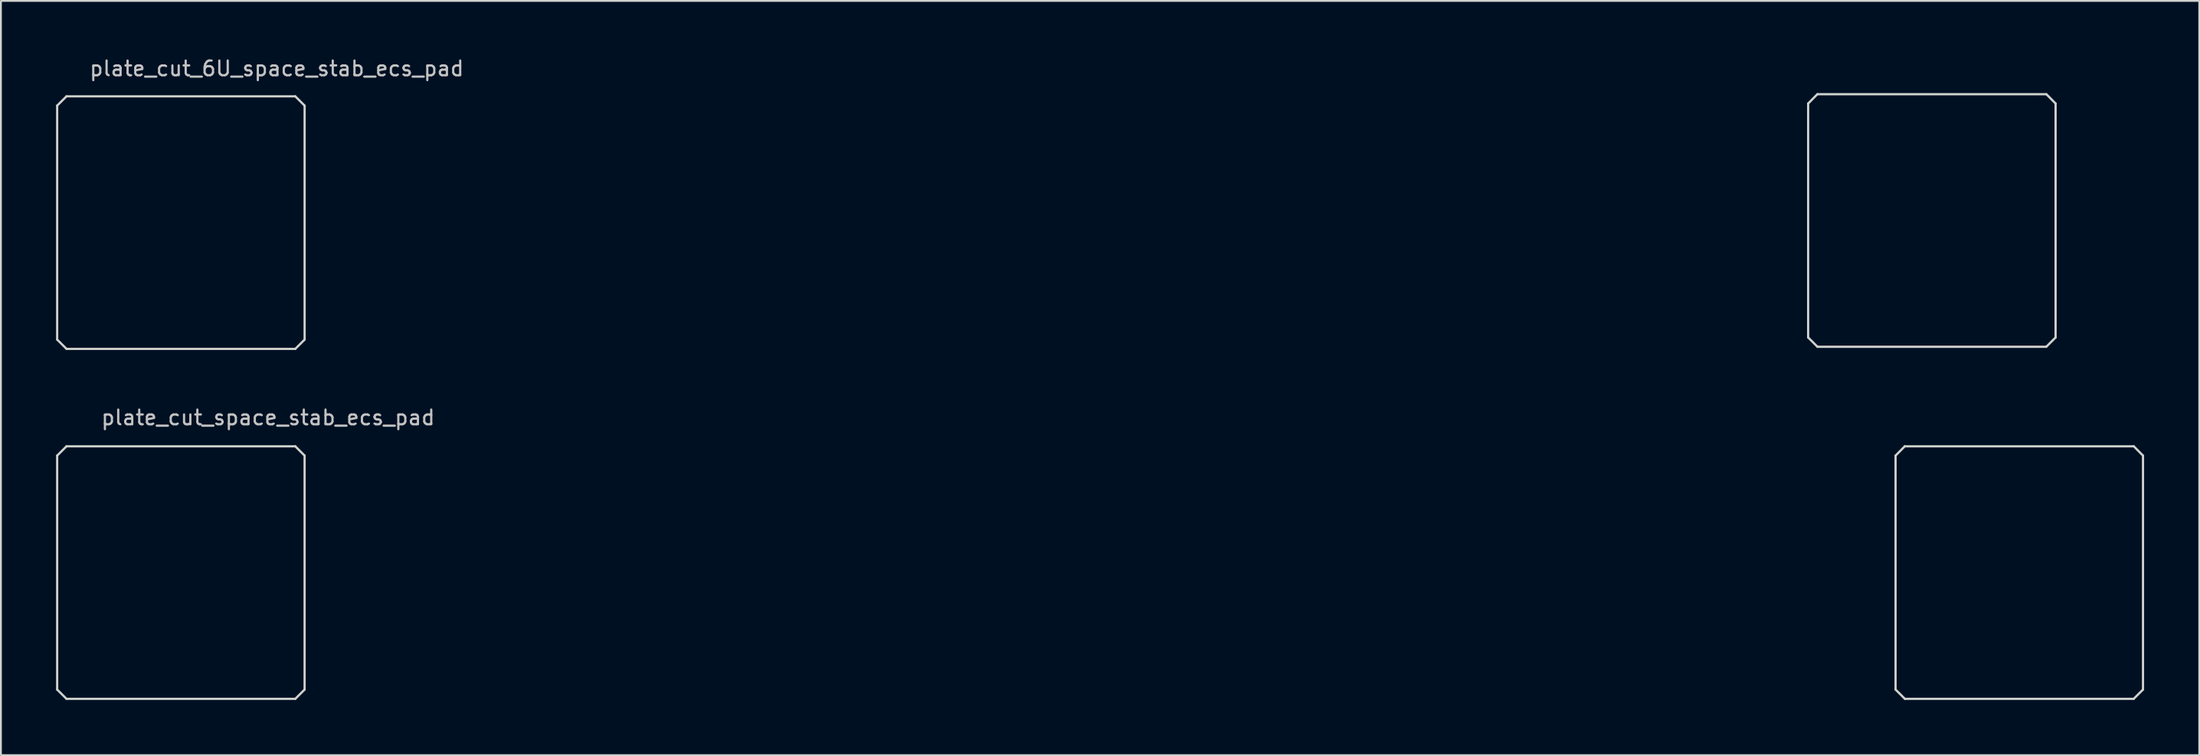
<source format=kicad_pcb>
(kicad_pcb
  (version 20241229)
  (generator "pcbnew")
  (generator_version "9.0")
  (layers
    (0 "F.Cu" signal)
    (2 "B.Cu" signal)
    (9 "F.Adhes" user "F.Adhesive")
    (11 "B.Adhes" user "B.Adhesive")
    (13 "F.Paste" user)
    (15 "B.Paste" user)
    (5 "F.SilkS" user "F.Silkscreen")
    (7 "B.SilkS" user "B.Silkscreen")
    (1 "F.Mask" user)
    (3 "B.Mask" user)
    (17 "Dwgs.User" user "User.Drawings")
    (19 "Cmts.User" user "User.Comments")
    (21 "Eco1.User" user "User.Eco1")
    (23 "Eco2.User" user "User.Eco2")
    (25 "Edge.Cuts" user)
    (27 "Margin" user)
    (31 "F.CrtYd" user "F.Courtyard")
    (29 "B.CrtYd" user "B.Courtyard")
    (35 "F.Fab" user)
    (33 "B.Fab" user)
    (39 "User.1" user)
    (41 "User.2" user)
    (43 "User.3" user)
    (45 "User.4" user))
  (footprint "plate_cut_space_stab_ecs_pad"
    (layer "F.Cu")
    (at 56.797 28.102)
    (property "Reference" "plate_cut_space_stab_ecs_pad" (at -45.263 -8.433 0) (layer "Dwgs.User") (effects (font (size 0.8 0.8) (thickness 0.12))))
    (attr smd)
    (fp_line (start -56.737 -6.364) (end -56.737 6.364) (stroke (width 0.12) (type solid)) (layer "Edge.Cuts"))
    (fp_line (start -56.737 6.364) (end -56.23 6.87) (stroke (width 0.12) (type solid)) (layer "Edge.Cuts"))
    (fp_line (start -56.23 -6.87) (end -56.737 -6.364) (stroke (width 0.12) (type solid)) (layer "Edge.Cuts"))
    (fp_line (start -56.23 6.87) (end -43.782 6.87) (stroke (width 0.12) (type solid)) (layer "Edge.Cuts"))
    (fp_line (start -43.782 -6.87) (end -56.23 -6.87) (stroke (width 0.12) (type solid)) (layer "Edge.Cuts"))
    (fp_line (start -43.782 6.87) (end -43.276 6.364) (stroke (width 0.12) (type solid)) (layer "Edge.Cuts"))
    (fp_line (start -43.276 -6.364) (end -43.782 -6.87) (stroke (width 0.12) (type solid)) (layer "Edge.Cuts"))
    (fp_line (start -43.276 6.364) (end -43.276 -6.364) (stroke (width 0.12) (type solid)) (layer "Edge.Cuts"))
    (fp_line (start 43.276 -6.364) (end 43.276 6.364) (stroke (width 0.12) (type solid)) (layer "Edge.Cuts"))
    (fp_line (start 43.276 -6.364) (end 43.776 -6.87) (stroke (width 0.12) (type solid)) (layer "Edge.Cuts"))
    (fp_line (start 43.276 6.364) (end 43.782 6.87) (stroke (width 0.12) (type solid)) (layer "Edge.Cuts"))
    (fp_line (start 43.776 -6.87) (end 56.237 -6.87) (stroke (width 0.12) (type solid)) (layer "Edge.Cuts"))
    (fp_line (start 43.782 6.87) (end 56.23 6.87) (stroke (width 0.12) (type solid)) (layer "Edge.Cuts"))
    (fp_line (start 56.23 6.87) (end 56.737 6.364) (stroke (width 0.12) (type solid)) (layer "Edge.Cuts"))
    (fp_line (start 56.237 -6.87) (end 56.737 -6.364) (stroke (width 0.12) (type solid)) (layer "Edge.Cuts"))
    (fp_line (start 56.737 6.364) (end 56.737 -6.364) (stroke (width 0.12) (type solid)) (layer "Edge.Cuts")))
  (footprint "plate_cut_6U_space_stab_ecs_pad"
    (layer "F.Cu")
    (at 54.423 9.061)
    (property "Reference" "plate_cut_6U_space_stab_ecs_pad" (at -42.418 -8.382 0) (layer "Dwgs.User") (effects (font (size 0.8 0.8) (thickness 0.12))))
    (attr smd)
    (fp_line (start -54.363 -6.364) (end -54.363 6.364) (stroke (width 0.12) (type solid)) (layer "Edge.Cuts"))
    (fp_line (start -54.363 6.364) (end -53.856 6.87) (stroke (width 0.12) (type solid)) (layer "Edge.Cuts"))
    (fp_line (start -53.856 -6.87) (end -54.363 -6.364) (stroke (width 0.12) (type solid)) (layer "Edge.Cuts"))
    (fp_line (start -53.856 6.87) (end -41.408 6.87) (stroke (width 0.12) (type solid)) (layer "Edge.Cuts"))
    (fp_line (start -41.408 -6.87) (end -53.856 -6.87) (stroke (width 0.12) (type solid)) (layer "Edge.Cuts"))
    (fp_line (start -41.408 6.87) (end -40.901 6.364) (stroke (width 0.12) (type solid)) (layer "Edge.Cuts"))
    (fp_line (start -40.901 -6.364) (end -41.408 -6.87) (stroke (width 0.12) (type solid)) (layer "Edge.Cuts"))
    (fp_line (start -40.901 6.364) (end -40.901 -6.364) (stroke (width 0.12) (type solid)) (layer "Edge.Cuts"))
    (fp_line (start 40.894 -6.478) (end 40.894 6.249) (stroke (width 0.12) (type solid)) (layer "Edge.Cuts"))
    (fp_line (start 40.894 -6.478) (end 41.394 -6.985) (stroke (width 0.12) (type solid)) (layer "Edge.Cuts"))
    (fp_line (start 40.894 6.249) (end 41.401 6.756) (stroke (width 0.12) (type solid)) (layer "Edge.Cuts"))
    (fp_line (start 41.394 -6.985) (end 53.856 -6.985) (stroke (width 0.12) (type solid)) (layer "Edge.Cuts"))
    (fp_line (start 41.401 6.756) (end 53.849 6.756) (stroke (width 0.12) (type solid)) (layer "Edge.Cuts"))
    (fp_line (start 53.849 6.756) (end 54.356 6.249) (stroke (width 0.12) (type solid)) (layer "Edge.Cuts"))
    (fp_line (start 53.856 -6.985) (end 54.356 -6.478) (stroke (width 0.12) (type solid)) (layer "Edge.Cuts"))
    (fp_line (start 54.356 6.249) (end 54.356 -6.478) (stroke (width 0.12) (type solid)) (layer "Edge.Cuts")))
  (gr_rect
    (start -3 -3)
    (end 116.595 38.033)
    (stroke (width 0.1) (type default))
    (fill no)
    (layer "Edge.Cuts")))
</source>
